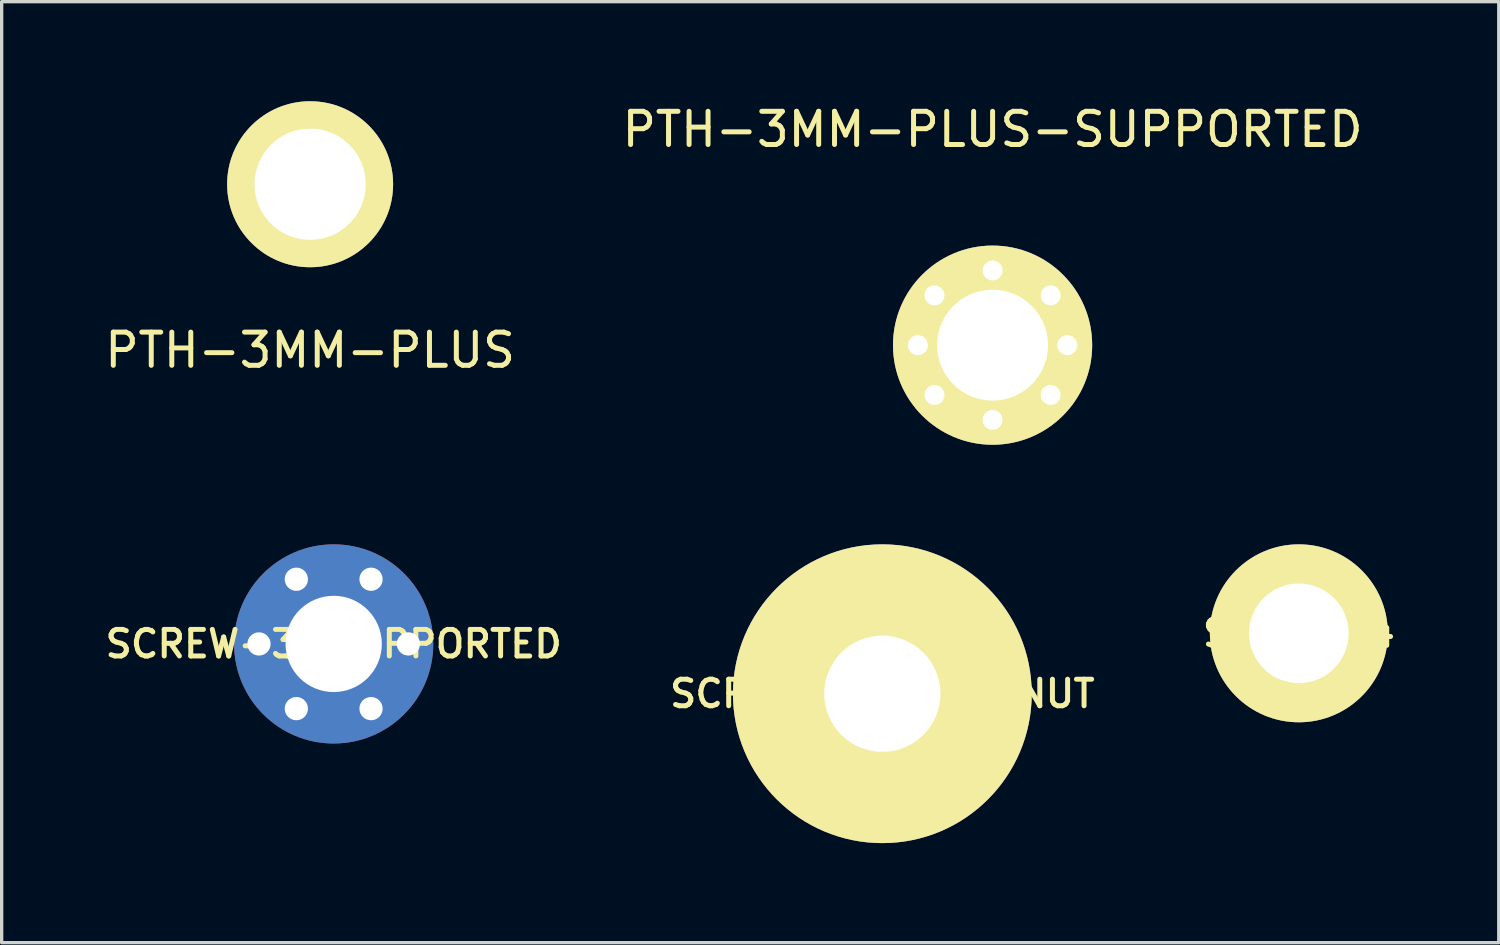
<source format=kicad_pcb>
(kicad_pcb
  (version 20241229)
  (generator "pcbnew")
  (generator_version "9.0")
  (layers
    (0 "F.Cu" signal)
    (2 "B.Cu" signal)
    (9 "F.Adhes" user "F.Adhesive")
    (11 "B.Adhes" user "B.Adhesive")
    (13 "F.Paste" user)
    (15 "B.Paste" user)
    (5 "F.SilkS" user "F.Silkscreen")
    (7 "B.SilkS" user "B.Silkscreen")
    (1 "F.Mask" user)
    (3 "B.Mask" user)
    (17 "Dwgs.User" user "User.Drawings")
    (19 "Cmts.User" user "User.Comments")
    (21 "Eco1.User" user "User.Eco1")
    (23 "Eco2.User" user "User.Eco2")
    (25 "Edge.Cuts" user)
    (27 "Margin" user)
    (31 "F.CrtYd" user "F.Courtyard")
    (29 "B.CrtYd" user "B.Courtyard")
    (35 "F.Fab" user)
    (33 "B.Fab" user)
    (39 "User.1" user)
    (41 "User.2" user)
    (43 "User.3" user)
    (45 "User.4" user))
  (footprint "SCREW-3-SUPPORTED"
    (layer "F.Cu")
    (at 7.002 16.348)
    (property "Reference" "SCREW-3-SUPPORTED" (at 0 0 0) (layer "F.SilkS") (effects (font (size 0.8 0.8) (thickness 0.15))))
    (attr through_hole)
    (pad "1" thru_hole circle (at -2.25 0) (size 1 1) (drill 0.7) (layers "*.Cu" "*.Mask"))
    (pad "1" thru_hole circle (at -1.125 -1.949) (size 1 1) (drill 0.7) (layers "*.Cu" "*.Mask"))
    (pad "1" thru_hole circle (at -1.125 1.949) (size 1 1) (drill 0.7) (layers "*.Cu" "*.Mask"))
    (pad "1" thru_hole circle (at 0 0) (size 6 6) (drill 2.9) (layers "*.Cu" "*.Mask"))
    (pad "1" thru_hole circle (at 1.125 -1.949) (size 1 1) (drill 0.7) (layers "*.Cu" "*.Mask"))
    (pad "1" thru_hole circle (at 1.125 1.949) (size 1 1) (drill 0.7) (layers "*.Cu" "*.Mask"))
    (pad "1" thru_hole circle (at 2.25 0) (size 1 1) (drill 0.7) (layers "*.Cu" "*.Mask")))
  (footprint "PTH-3MM-PLUS"
    (layer "F.Cu")
    (at 6.292 2.5)
    (property "Reference" "PTH-3MM-PLUS" (at 0 5 0) (layer "F.SilkS") (effects (font (size 1 1) (thickness 0.15))))
    (attr through_hole)
    (pad "1" thru_hole circle (at 0 0) (size 5 5) (drill 3.35) (layers "*.Cu" "*.Mask" "F.SilkS")))
  (footprint "PTH-3MM-PLUS-SUPPORTED"
    (layer "F.Cu")
    (at 26.851 7.348)
    (property "Reference" "PTH-3MM-PLUS-SUPPORTED" (at 0 -6.5 0) (layer "F.SilkS") (effects (font (size 1 1) (thickness 0.15))))
    (attr through_hole)
    (pad "1" thru_hole circle (at -2.25 0) (size 1 1) (drill 0.6) (layers "*.Cu" "*.Mask" "F.SilkS"))
    (pad "1" thru_hole circle (at -1.75 -1.5) (size 1 1) (drill 0.6) (layers "*.Cu" "*.Mask" "F.SilkS"))
    (pad "1" thru_hole circle (at -1.75 1.5) (size 1 1) (drill 0.6) (layers "*.Cu" "*.Mask" "F.SilkS"))
    (pad "1" thru_hole circle (at 0 -2.25) (size 1 1) (drill 0.6) (layers "*.Cu" "*.Mask" "F.SilkS"))
    (pad "1" thru_hole circle (at 0 0) (size 6 6) (drill 3.34) (layers "*.Cu" "*.Mask" "F.SilkS"))
    (pad "1" thru_hole circle (at 0 2.25) (size 1 1) (drill 0.6) (layers "*.Cu" "*.Mask" "F.SilkS"))
    (pad "1" thru_hole circle (at 1.75 -1.5) (size 1 1) (drill 0.6) (layers "*.Cu" "*.Mask" "F.SilkS"))
    (pad "1" thru_hole circle (at 1.75 1.5) (size 1 1) (drill 0.6) (layers "*.Cu" "*.Mask" "F.SilkS"))
    (pad "1" thru_hole circle (at 2.25 0) (size 1 1) (drill 0.6) (layers "*.Cu" "*.Mask" "F.SilkS")))
  (footprint "SCREW-4-WITH-NUT"
    (layer "F.Cu")
    (at 23.53 17.848)
    (property "Reference" "SCREW-4-WITH-NUT" (at 0 0 0) (layer "F.SilkS") (effects (font (size 0.8 0.8) (thickness 0.15))))
    (attr through_hole)
    (pad "1" thru_hole circle (at 0 0) (size 9 9) (drill 3.5) (layers "*.Cu" "*.Mask" "F.SilkS")))
  (footprint "SCREW-4"
    (layer "F.Cu")
    (at 36.077 16.028)
    (property "Reference" "SCREW-4" (at 0 0 0) (layer "F.SilkS") (effects (font (size 0.8 0.8) (thickness 0.15))))
    (attr through_hole)
    (pad "1" thru_hole circle (at 0 0) (size 5.36 5.36) (drill 3) (layers "*.Cu" "*.Mask" "F.SilkS")))
  (gr_rect
    (start -3 -3)
    (end 42.099 25.348)
    (stroke (width 0.1) (type default))
    (fill no)
    (layer "Edge.Cuts")))
</source>
